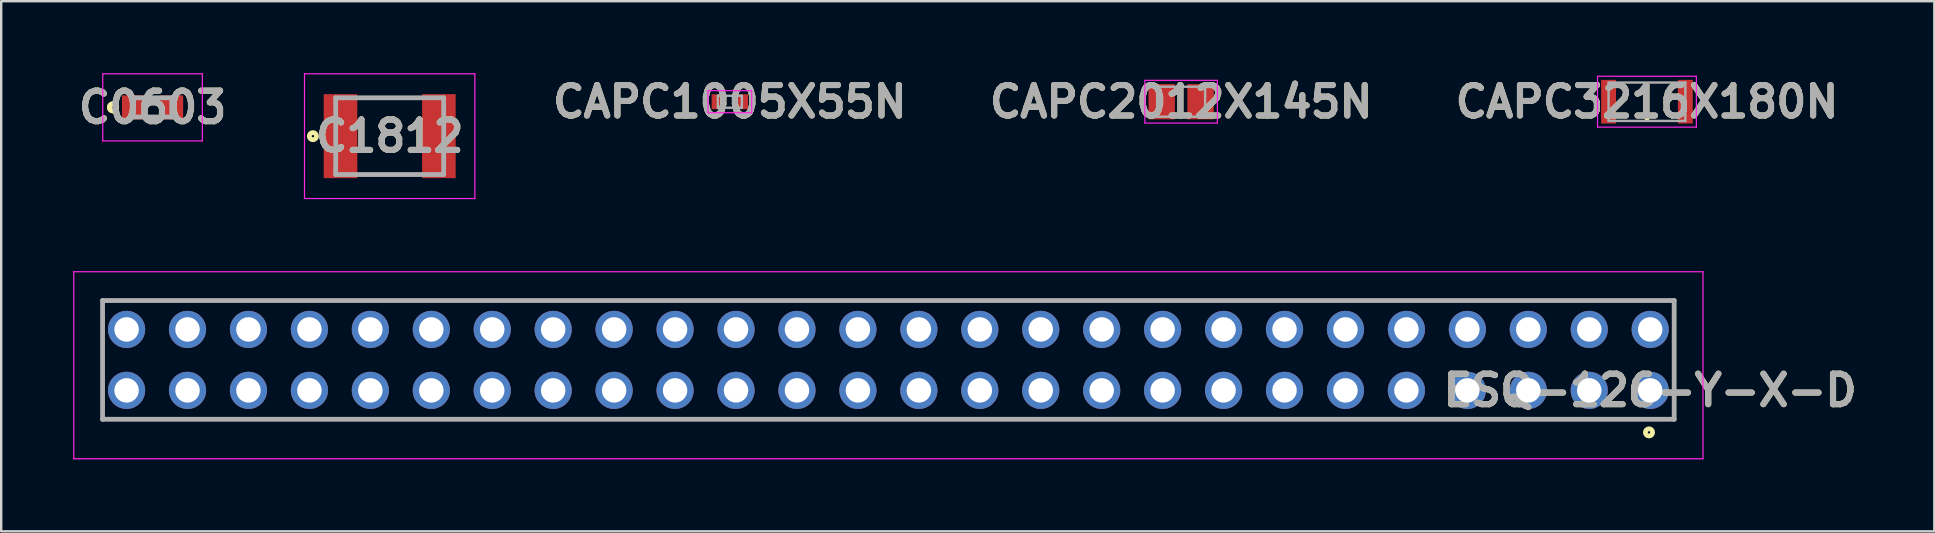
<source format=kicad_pcb>
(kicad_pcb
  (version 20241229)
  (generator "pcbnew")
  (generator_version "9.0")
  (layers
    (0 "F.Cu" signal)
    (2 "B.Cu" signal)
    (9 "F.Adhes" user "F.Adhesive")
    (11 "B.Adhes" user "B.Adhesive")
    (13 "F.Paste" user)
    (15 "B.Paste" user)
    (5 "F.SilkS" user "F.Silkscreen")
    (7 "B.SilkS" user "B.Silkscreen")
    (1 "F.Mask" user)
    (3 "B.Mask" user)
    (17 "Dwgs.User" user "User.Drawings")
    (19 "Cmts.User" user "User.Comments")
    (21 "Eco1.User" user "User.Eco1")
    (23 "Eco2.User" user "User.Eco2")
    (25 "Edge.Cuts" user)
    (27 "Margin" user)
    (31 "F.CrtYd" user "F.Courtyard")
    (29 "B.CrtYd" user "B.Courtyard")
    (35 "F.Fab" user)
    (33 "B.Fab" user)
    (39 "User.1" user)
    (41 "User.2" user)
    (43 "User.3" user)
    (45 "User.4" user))
  (footprint "C0603"
    (layer "F.Cu")
    (at 3.308 1.425)
    (property "Reference" "C0603" (at 0 0 0) (layer "F.SilkS") (effects (font (size 1.27 1.27) (thickness 0.254))))
    (attr smd)
    (fp_circle (center -1.65 0) (end -1.65 0.05) (stroke (width 0.2) (type solid)) (fill no) (layer "F.SilkS"))
    (fp_circle (center -1.65 0) (end -1.65 0.05) (stroke (width 0.2) (type solid)) (fill no) (layer "F.SilkS"))
    (fp_line (start -2.075 -1.4) (end 2.075 -1.4) (stroke (width 0.05) (type solid)) (layer "F.CrtYd"))
    (fp_line (start -2.075 1.4) (end -2.075 -1.4) (stroke (width 0.05) (type solid)) (layer "F.CrtYd"))
    (fp_line (start 2.075 -1.4) (end 2.075 1.4) (stroke (width 0.05) (type solid)) (layer "F.CrtYd"))
    (fp_line (start 2.075 1.4) (end -2.075 1.4) (stroke (width 0.05) (type solid)) (layer "F.CrtYd"))
    (fp_line (start -0.8 -0.4) (end 0.8 -0.4) (stroke (width 0.2) (type solid)) (layer "F.Fab"))
    (fp_line (start -0.8 0.4) (end -0.8 -0.4) (stroke (width 0.2) (type solid)) (layer "F.Fab"))
    (fp_line (start 0.8 -0.4) (end 0.8 0.4) (stroke (width 0.2) (type solid)) (layer "F.Fab"))
    (fp_line (start 0.8 0.4) (end -0.8 0.4) (stroke (width 0.2) (type solid)) (layer "F.Fab"))
    (fp_text user "${REFERENCE}" (at 0 0 0) (layer "F.Fab") (effects (font (size 1.27 1.27) (thickness 0.254))))
    (pad "1" smd rect (at -0.8 0) (size 0.95 1) (layers "F.Cu" "F.Mask" "F.Paste"))
    (pad "2" smd rect (at 0.8 0) (size 0.95 1) (layers "F.Cu" "F.Mask" "F.Paste")))
  (footprint "CAPC1005X55N"
    (layer "F.Cu")
    (at 27.368 1.189)
    (property "Reference" "CAPC1005X55N" (at 0 0 0) (layer "F.SilkS") (effects (font (size 1.27 1.27) (thickness 0.254))))
    (attr smd)
    (fp_line (start -0.91 -0.46) (end 0.91 -0.46) (stroke (width 0.05) (type solid)) (layer "F.CrtYd"))
    (fp_line (start -0.91 0.46) (end -0.91 -0.46) (stroke (width 0.05) (type solid)) (layer "F.CrtYd"))
    (fp_line (start 0.91 -0.46) (end 0.91 0.46) (stroke (width 0.05) (type solid)) (layer "F.CrtYd"))
    (fp_line (start 0.91 0.46) (end -0.91 0.46) (stroke (width 0.05) (type solid)) (layer "F.CrtYd"))
    (fp_line (start -0.5 -0.25) (end 0.5 -0.25) (stroke (width 0.1) (type solid)) (layer "F.Fab"))
    (fp_line (start -0.5 0.25) (end -0.5 -0.25) (stroke (width 0.1) (type solid)) (layer "F.Fab"))
    (fp_line (start 0.5 -0.25) (end 0.5 0.25) (stroke (width 0.1) (type solid)) (layer "F.Fab"))
    (fp_line (start 0.5 0.25) (end -0.5 0.25) (stroke (width 0.1) (type solid)) (layer "F.Fab"))
    (fp_text user "${REFERENCE}" (at 0 0 0) (layer "F.Fab") (effects (font (size 1.27 1.27) (thickness 0.254))))
    (pad "1" smd rect (at -0.46 0) (size 0.6 0.62) (layers "F.Cu" "F.Mask" "F.Paste"))
    (pad "2" smd rect (at 0.46 0) (size 0.6 0.62) (layers "F.Cu" "F.Mask" "F.Paste")))
  (footprint "C1812"
    (layer "F.Cu")
    (at 13.191 2.625)
    (property "Reference" "C1812" (at 0 0 0) (layer "F.SilkS") (effects (font (size 1.27 1.27) (thickness 0.254))))
    (attr smd)
    (fp_circle (center -3.2 0) (end -3.2 0.05) (stroke (width 0.2) (type solid)) (fill no) (layer "F.SilkS"))
    (fp_line (start -3.55 -2.6) (end 3.55 -2.6) (stroke (width 0.05) (type solid)) (layer "F.CrtYd"))
    (fp_line (start -3.55 2.6) (end -3.55 -2.6) (stroke (width 0.05) (type solid)) (layer "F.CrtYd"))
    (fp_line (start 3.55 -2.6) (end 3.55 2.6) (stroke (width 0.05) (type solid)) (layer "F.CrtYd"))
    (fp_line (start 3.55 2.6) (end -3.55 2.6) (stroke (width 0.05) (type solid)) (layer "F.CrtYd"))
    (fp_line (start -2.25 -1.6) (end 2.25 -1.6) (stroke (width 0.2) (type solid)) (layer "F.Fab"))
    (fp_line (start -2.25 1.6) (end -2.25 -1.6) (stroke (width 0.2) (type solid)) (layer "F.Fab"))
    (fp_line (start 2.25 -1.6) (end 2.25 1.6) (stroke (width 0.2) (type solid)) (layer "F.Fab"))
    (fp_line (start 2.25 1.6) (end -2.25 1.6) (stroke (width 0.2) (type solid)) (layer "F.Fab"))
    (fp_text user "${REFERENCE}" (at 0 0 0) (layer "F.Fab") (effects (font (size 1.27 1.27) (thickness 0.254))))
    (pad "1" smd rect (at -2.05 0) (size 1.4 3.5) (layers "F.Cu" "F.Mask" "F.Paste"))
    (pad "2" smd rect (at 2.05 0) (size 1.4 3.5) (layers "F.Cu" "F.Mask" "F.Paste")))
  (footprint "ESQ-126-Y-X-D"
    (layer "F.Cu")
    (at 65.725 13.22)
    (property "Reference" "ESQ-126-Y-X-D" (at 0 0 0) (layer "F.SilkS") (effects (font (size 1.27 1.27) (thickness 0.254))))
    (attr through_hole)
    (fp_line (start -64.5 -3.745) (end 1 -3.745) (stroke (width 0.1) (type solid)) (layer "F.SilkS"))
    (fp_line (start -64.5 1.205) (end -64.5 -3.745) (stroke (width 0.1) (type solid)) (layer "F.SilkS"))
    (fp_line (start 1 -3.745) (end 1 1.205) (stroke (width 0.1) (type solid)) (layer "F.SilkS"))
    (fp_line (start 1 1.205) (end -64.5 1.205) (stroke (width 0.1) (type solid)) (layer "F.SilkS"))
    (fp_circle (center -0.05 1.75) (end -0.05 1.8) (stroke (width 0.2) (type solid)) (fill no) (layer "F.SilkS"))
    (fp_line (start -65.7 -4.945) (end 2.2 -4.945) (stroke (width 0.05) (type solid)) (layer "F.CrtYd"))
    (fp_line (start -65.7 2.85) (end -65.7 -4.945) (stroke (width 0.05) (type solid)) (layer "F.CrtYd"))
    (fp_line (start 2.2 -4.945) (end 2.2 2.85) (stroke (width 0.05) (type solid)) (layer "F.CrtYd"))
    (fp_line (start 2.2 2.85) (end -65.7 2.85) (stroke (width 0.05) (type solid)) (layer "F.CrtYd"))
    (fp_line (start -64.5 -3.745) (end 1 -3.745) (stroke (width 0.2) (type solid)) (layer "F.Fab"))
    (fp_line (start -64.5 1.205) (end -64.5 -3.745) (stroke (width 0.2) (type solid)) (layer "F.Fab"))
    (fp_line (start 1 -3.745) (end 1 1.205) (stroke (width 0.2) (type solid)) (layer "F.Fab"))
    (fp_line (start 1 1.205) (end -64.5 1.205) (stroke (width 0.2) (type solid)) (layer "F.Fab"))
    (fp_text user "${REFERENCE}" (at 0 0 0) (layer "F.Fab") (effects (font (size 1.27 1.27) (thickness 0.254))))
    (pad "1" thru_hole circle (at 0 0) (size 1.55 1.55) (drill 1.02) (layers "*.Cu" "*.Mask"))
    (pad "2" thru_hole circle (at 0 -2.54) (size 1.55 1.55) (drill 1.02) (layers "*.Cu" "*.Mask"))
    (pad "3" thru_hole circle (at -2.54 0) (size 1.55 1.55) (drill 1.02) (layers "*.Cu" "*.Mask"))
    (pad "4" thru_hole circle (at -2.54 -2.54) (size 1.55 1.55) (drill 1.02) (layers "*.Cu" "*.Mask"))
    (pad "5" thru_hole circle (at -5.08 0) (size 1.55 1.55) (drill 1.02) (layers "*.Cu" "*.Mask"))
    (pad "6" thru_hole circle (at -5.08 -2.54) (size 1.55 1.55) (drill 1.02) (layers "*.Cu" "*.Mask"))
    (pad "7" thru_hole circle (at -7.62 0) (size 1.55 1.55) (drill 1.02) (layers "*.Cu" "*.Mask"))
    (pad "8" thru_hole circle (at -7.62 -2.54) (size 1.55 1.55) (drill 1.02) (layers "*.Cu" "*.Mask"))
    (pad "9" thru_hole circle (at -10.16 0) (size 1.55 1.55) (drill 1.02) (layers "*.Cu" "*.Mask"))
    (pad "10" thru_hole circle (at -10.16 -2.54) (size 1.55 1.55) (drill 1.02) (layers "*.Cu" "*.Mask"))
    (pad "11" thru_hole circle (at -12.7 0) (size 1.55 1.55) (drill 1.02) (layers "*.Cu" "*.Mask"))
    (pad "12" thru_hole circle (at -12.7 -2.54) (size 1.55 1.55) (drill 1.02) (layers "*.Cu" "*.Mask"))
    (pad "13" thru_hole circle (at -15.24 0) (size 1.55 1.55) (drill 1.02) (layers "*.Cu" "*.Mask"))
    (pad "14" thru_hole circle (at -15.24 -2.54) (size 1.55 1.55) (drill 1.02) (layers "*.Cu" "*.Mask"))
    (pad "15" thru_hole circle (at -17.78 0) (size 1.55 1.55) (drill 1.02) (layers "*.Cu" "*.Mask"))
    (pad "16" thru_hole circle (at -17.78 -2.54) (size 1.55 1.55) (drill 1.02) (layers "*.Cu" "*.Mask"))
    (pad "17" thru_hole circle (at -20.32 0) (size 1.55 1.55) (drill 1.02) (layers "*.Cu" "*.Mask"))
    (pad "18" thru_hole circle (at -20.32 -2.54) (size 1.55 1.55) (drill 1.02) (layers "*.Cu" "*.Mask"))
    (pad "19" thru_hole circle (at -22.86 0) (size 1.55 1.55) (drill 1.02) (layers "*.Cu" "*.Mask"))
    (pad "20" thru_hole circle (at -22.86 -2.54) (size 1.55 1.55) (drill 1.02) (layers "*.Cu" "*.Mask"))
    (pad "21" thru_hole circle (at -25.4 0) (size 1.55 1.55) (drill 1.02) (layers "*.Cu" "*.Mask"))
    (pad "22" thru_hole circle (at -25.4 -2.54) (size 1.55 1.55) (drill 1.02) (layers "*.Cu" "*.Mask"))
    (pad "23" thru_hole circle (at -27.94 0) (size 1.55 1.55) (drill 1.02) (layers "*.Cu" "*.Mask"))
    (pad "24" thru_hole circle (at -27.94 -2.54) (size 1.55 1.55) (drill 1.02) (layers "*.Cu" "*.Mask"))
    (pad "25" thru_hole circle (at -30.48 0) (size 1.55 1.55) (drill 1.02) (layers "*.Cu" "*.Mask"))
    (pad "26" thru_hole circle (at -30.48 -2.54) (size 1.55 1.55) (drill 1.02) (layers "*.Cu" "*.Mask"))
    (pad "27" thru_hole circle (at -33.02 0) (size 1.55 1.55) (drill 1.02) (layers "*.Cu" "*.Mask"))
    (pad "28" thru_hole circle (at -33.02 -2.54) (size 1.55 1.55) (drill 1.02) (layers "*.Cu" "*.Mask"))
    (pad "29" thru_hole circle (at -35.56 0) (size 1.55 1.55) (drill 1.02) (layers "*.Cu" "*.Mask"))
    (pad "30" thru_hole circle (at -35.56 -2.54) (size 1.55 1.55) (drill 1.02) (layers "*.Cu" "*.Mask"))
    (pad "31" thru_hole circle (at -38.1 0) (size 1.55 1.55) (drill 1.02) (layers "*.Cu" "*.Mask"))
    (pad "32" thru_hole circle (at -38.1 -2.54) (size 1.55 1.55) (drill 1.02) (layers "*.Cu" "*.Mask"))
    (pad "33" thru_hole circle (at -40.64 0) (size 1.55 1.55) (drill 1.02) (layers "*.Cu" "*.Mask"))
    (pad "34" thru_hole circle (at -40.64 -2.54) (size 1.55 1.55) (drill 1.02) (layers "*.Cu" "*.Mask"))
    (pad "35" thru_hole circle (at -43.18 0) (size 1.55 1.55) (drill 1.02) (layers "*.Cu" "*.Mask"))
    (pad "36" thru_hole circle (at -43.18 -2.54) (size 1.55 1.55) (drill 1.02) (layers "*.Cu" "*.Mask"))
    (pad "37" thru_hole circle (at -45.72 0) (size 1.55 1.55) (drill 1.02) (layers "*.Cu" "*.Mask"))
    (pad "38" thru_hole circle (at -45.72 -2.54) (size 1.55 1.55) (drill 1.02) (layers "*.Cu" "*.Mask"))
    (pad "39" thru_hole circle (at -48.26 0) (size 1.55 1.55) (drill 1.02) (layers "*.Cu" "*.Mask"))
    (pad "40" thru_hole circle (at -48.26 -2.54) (size 1.55 1.55) (drill 1.02) (layers "*.Cu" "*.Mask"))
    (pad "41" thru_hole circle (at -50.8 0) (size 1.55 1.55) (drill 1.02) (layers "*.Cu" "*.Mask"))
    (pad "42" thru_hole circle (at -50.8 -2.54) (size 1.55 1.55) (drill 1.02) (layers "*.Cu" "*.Mask"))
    (pad "43" thru_hole circle (at -53.34 0) (size 1.55 1.55) (drill 1.02) (layers "*.Cu" "*.Mask"))
    (pad "44" thru_hole circle (at -53.34 -2.54) (size 1.55 1.55) (drill 1.02) (layers "*.Cu" "*.Mask"))
    (pad "45" thru_hole circle (at -55.88 0) (size 1.55 1.55) (drill 1.02) (layers "*.Cu" "*.Mask"))
    (pad "46" thru_hole circle (at -55.88 -2.54) (size 1.55 1.55) (drill 1.02) (layers "*.Cu" "*.Mask"))
    (pad "47" thru_hole circle (at -58.42 0) (size 1.55 1.55) (drill 1.02) (layers "*.Cu" "*.Mask"))
    (pad "48" thru_hole circle (at -58.42 -2.54) (size 1.55 1.55) (drill 1.02) (layers "*.Cu" "*.Mask"))
    (pad "49" thru_hole circle (at -60.96 0) (size 1.55 1.55) (drill 1.02) (layers "*.Cu" "*.Mask"))
    (pad "50" thru_hole circle (at -60.96 -2.54) (size 1.55 1.55) (drill 1.02) (layers "*.Cu" "*.Mask"))
    (pad "51" thru_hole circle (at -63.5 0) (size 1.55 1.55) (drill 1.02) (layers "*.Cu" "*.Mask"))
    (pad "52" thru_hole circle (at -63.5 -2.54) (size 1.55 1.55) (drill 1.02) (layers "*.Cu" "*.Mask")))
  (footprint "CAPC3216X180N"
    (layer "F.Cu")
    (at 65.59 1.189)
    (property "Reference" "CAPC3216X180N" (at 0 0 0) (layer "F.SilkS") (effects (font (size 1.27 1.27) (thickness 0.254))))
    (attr smd)
    (fp_line (start 0 -0.7) (end 0 0.7) (stroke (width 0.2) (type solid)) (layer "F.SilkS"))
    (fp_line (start -2.06 -1.06) (end 2.06 -1.06) (stroke (width 0.05) (type solid)) (layer "F.CrtYd"))
    (fp_line (start -2.06 1.06) (end -2.06 -1.06) (stroke (width 0.05) (type solid)) (layer "F.CrtYd"))
    (fp_line (start 2.06 -1.06) (end 2.06 1.06) (stroke (width 0.05) (type solid)) (layer "F.CrtYd"))
    (fp_line (start 2.06 1.06) (end -2.06 1.06) (stroke (width 0.05) (type solid)) (layer "F.CrtYd"))
    (fp_line (start -1.6 -0.8) (end 1.6 -0.8) (stroke (width 0.1) (type solid)) (layer "F.Fab"))
    (fp_line (start -1.6 0.8) (end -1.6 -0.8) (stroke (width 0.1) (type solid)) (layer "F.Fab"))
    (fp_line (start 1.6 -0.8) (end 1.6 0.8) (stroke (width 0.1) (type solid)) (layer "F.Fab"))
    (fp_line (start 1.6 0.8) (end -1.6 0.8) (stroke (width 0.1) (type solid)) (layer "F.Fab"))
    (fp_text user "${REFERENCE}" (at 0 0 0) (layer "F.Fab") (effects (font (size 1.27 1.27) (thickness 0.254))))
    (pad "1" smd rect (at -1.6 0) (size 0.62 1.82) (layers "F.Cu" "F.Mask" "F.Paste"))
    (pad "2" smd rect (at 1.6 0) (size 0.62 1.82) (layers "F.Cu" "F.Mask" "F.Paste")))
  (footprint "CAPC2012X145N"
    (layer "F.Cu")
    (at 46.176 1.189)
    (property "Reference" "CAPC2012X145N" (at 0 0 0) (layer "F.SilkS") (effects (font (size 1.27 1.27) (thickness 0.254))))
    (attr smd)
    (fp_line (start -1.51 -0.89) (end 1.51 -0.89) (stroke (width 0.05) (type solid)) (layer "F.CrtYd"))
    (fp_line (start -1.51 0.89) (end -1.51 -0.89) (stroke (width 0.05) (type solid)) (layer "F.CrtYd"))
    (fp_line (start 1.51 -0.89) (end 1.51 0.89) (stroke (width 0.05) (type solid)) (layer "F.CrtYd"))
    (fp_line (start 1.51 0.89) (end -1.51 0.89) (stroke (width 0.05) (type solid)) (layer "F.CrtYd"))
    (fp_line (start -1 -0.625) (end 1 -0.625) (stroke (width 0.1) (type solid)) (layer "F.Fab"))
    (fp_line (start -1 0.625) (end -1 -0.625) (stroke (width 0.1) (type solid)) (layer "F.Fab"))
    (fp_line (start 1 -0.625) (end 1 0.625) (stroke (width 0.1) (type solid)) (layer "F.Fab"))
    (fp_line (start 1 0.625) (end -1 0.625) (stroke (width 0.1) (type solid)) (layer "F.Fab"))
    (fp_text user "${REFERENCE}" (at 0 0 0) (layer "F.Fab") (effects (font (size 1.27 1.27) (thickness 0.254))))
    (pad "1" smd rect (at -0.81 0) (size 1.1 1.47) (layers "F.Cu" "F.Mask" "F.Paste"))
    (pad "2" smd rect (at 0.81 0) (size 1.1 1.47) (layers "F.Cu" "F.Mask" "F.Paste")))
  (gr_rect
    (start -3 -3)
    (end 77.567 19.095)
    (stroke (width 0.1) (type default))
    (fill no)
    (layer "Edge.Cuts")))
</source>
